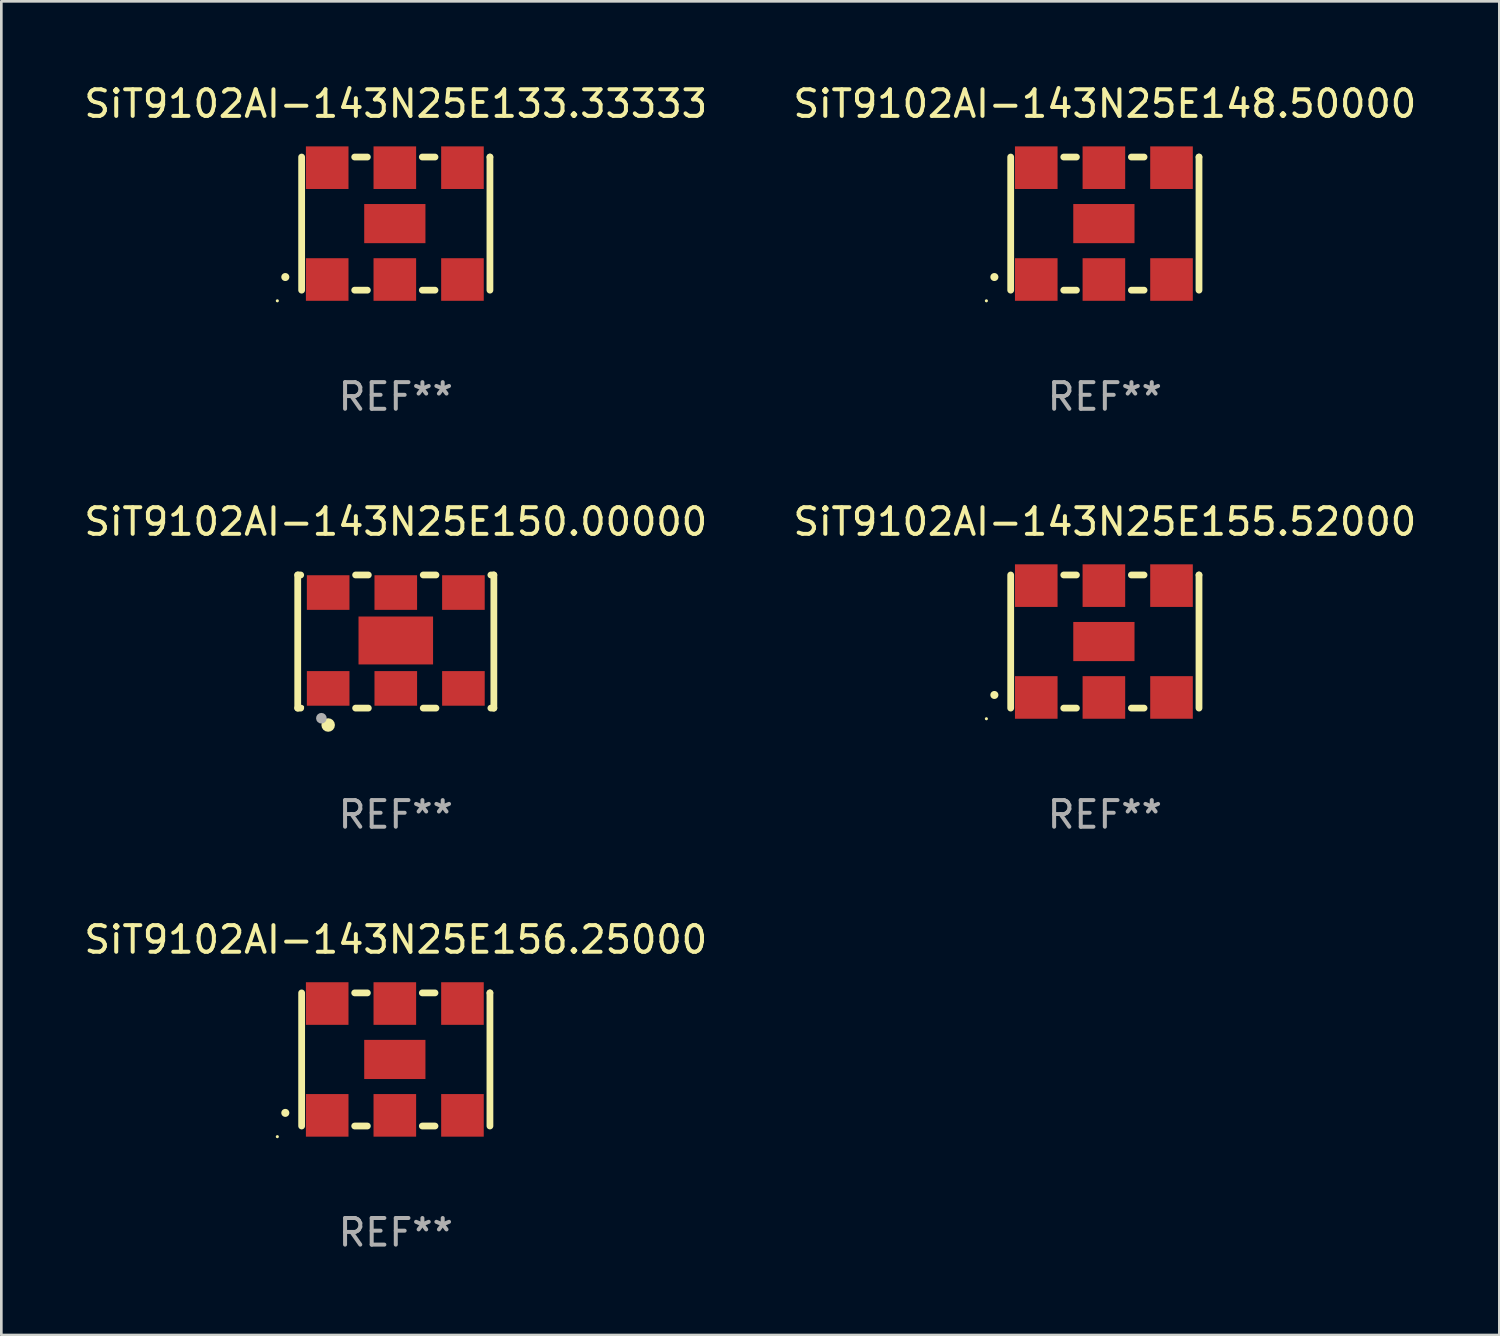
<source format=kicad_pcb>
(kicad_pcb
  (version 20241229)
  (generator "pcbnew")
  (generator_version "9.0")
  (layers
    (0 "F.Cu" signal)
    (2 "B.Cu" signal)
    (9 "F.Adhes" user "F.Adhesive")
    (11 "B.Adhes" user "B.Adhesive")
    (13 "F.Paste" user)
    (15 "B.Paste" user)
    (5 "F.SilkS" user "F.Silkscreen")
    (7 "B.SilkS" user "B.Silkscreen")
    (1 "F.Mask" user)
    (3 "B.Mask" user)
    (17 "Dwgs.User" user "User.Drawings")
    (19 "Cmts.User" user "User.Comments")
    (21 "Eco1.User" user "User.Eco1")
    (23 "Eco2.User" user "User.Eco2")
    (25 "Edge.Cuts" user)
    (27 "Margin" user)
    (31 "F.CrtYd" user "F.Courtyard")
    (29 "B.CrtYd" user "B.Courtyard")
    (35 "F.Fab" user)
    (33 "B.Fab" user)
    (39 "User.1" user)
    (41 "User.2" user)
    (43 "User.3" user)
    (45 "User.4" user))
  (footprint "SiT9102AI-143N25E133.33333"
    (layer "F.Cu")
    (at 11.815 5.348)
    (property "Reference" "SiT9102AI-143N25E133.33333" (at 0 -4.5 0) (layer "F.SilkS") (effects (font (size 1 1) (thickness 0.15))))
    (attr through_hole)
    (fp_line (start -3.536 -2.5) (end -3.536 2.5) (stroke (width 0.254) (type solid)) (layer "F.SilkS"))
    (fp_line (start -1.544 2.5) (end -1.067 2.5) (stroke (width 0.254) (type solid)) (layer "F.SilkS"))
    (fp_line (start -1.067 -2.5) (end -1.544 -2.5) (stroke (width 0.254) (type solid)) (layer "F.SilkS"))
    (fp_line (start 0.996 2.5) (end 1.473 2.5) (stroke (width 0.254) (type solid)) (layer "F.SilkS"))
    (fp_line (start 1.473 -2.5) (end 0.996 -2.5) (stroke (width 0.254) (type solid)) (layer "F.SilkS"))
    (fp_line (start 3.536 -2.5) (end 3.536 -2.5) (stroke (width 0.254) (type solid)) (layer "F.SilkS"))
    (fp_line (start 3.536 2.5) (end 3.536 -2.5) (stroke (width 0.254) (type solid)) (layer "F.SilkS"))
    (fp_arc (start -4.150432 2.006604) (mid -4.149162 2.006599) (end -4.147892 2.006604) (stroke (width 0.3) (type solid)) (layer "F.SilkS"))
    (fp_circle (center -4.449 2.9) (end -4.419 2.9) (stroke (width 0.06) (type solid)) (fill no) (layer "F.SilkS"))
    (fp_text user "REF**" (at 0 6.5 0) (layer "F.Fab") (effects (font (size 1 1) (thickness 0.15))))
    (pad "1" smd rect (at -2.576 2.1) (size 1.6 1.6) (layers "F.Cu" "F.Mask" "F.Paste"))
    (pad "2" smd rect (at -0.036 2.1) (size 1.6 1.6) (layers "F.Cu" "F.Mask" "F.Paste"))
    (pad "3" smd rect (at 2.504 2.1) (size 1.6 1.6) (layers "F.Cu" "F.Mask" "F.Paste"))
    (pad "4" smd rect (at 2.504 -2.1) (size 1.6 1.6) (layers "F.Cu" "F.Mask" "F.Paste"))
    (pad "5" smd rect (at -0.036 -2.1) (size 1.6 1.6) (layers "F.Cu" "F.Mask" "F.Paste"))
    (pad "6" smd rect (at -2.576 -2.1) (size 1.6 1.6) (layers "F.Cu" "F.Mask" "F.Paste"))
    (pad "7" smd rect (at -0.036 0) (size 2.3 1.47) (layers "F.Cu" "F.Mask" "F.Paste")))
  (footprint "SiT9102AI-143N25E150.00000"
    (layer "F.Cu")
    (at 11.815 21.045)
    (property "Reference" "SiT9102AI-143N25E150.00000" (at 0 -4.5 0) (layer "F.SilkS") (effects (font (size 1 1) (thickness 0.15))))
    (attr through_hole)
    (fp_line (start -3.683 -2.5) (end -3.571 -2.5) (stroke (width 0.254) (type solid)) (layer "F.SilkS"))
    (fp_line (start -3.683 2.5) (end -3.683 -2.5) (stroke (width 0.254) (type solid)) (layer "F.SilkS"))
    (fp_line (start -3.683 2.5) (end -3.571 2.5) (stroke (width 0.254) (type solid)) (layer "F.SilkS"))
    (fp_line (start -1.509 -2.5) (end -1.031 -2.5) (stroke (width 0.254) (type solid)) (layer "F.SilkS"))
    (fp_line (start -1.509 2.5) (end -1.031 2.5) (stroke (width 0.254) (type solid)) (layer "F.SilkS"))
    (fp_line (start 1.031 -2.5) (end 1.509 -2.5) (stroke (width 0.254) (type solid)) (layer "F.SilkS"))
    (fp_line (start 1.031 2.5) (end 1.509 2.5) (stroke (width 0.254) (type solid)) (layer "F.SilkS"))
    (fp_line (start 3.571 -2.5) (end 3.683 -2.5) (stroke (width 0.254) (type solid)) (layer "F.SilkS"))
    (fp_line (start 3.571 2.5) (end 3.683 2.5) (stroke (width 0.254) (type solid)) (layer "F.SilkS"))
    (fp_line (start 3.683 2.5) (end 3.683 -2.5) (stroke (width 0.254) (type solid)) (layer "F.SilkS"))
    (fp_circle (center -3.5 2.46) (end -3.47 2.46) (stroke (width 0.06) (type solid)) (fill no) (layer "F.SilkS"))
    (fp_circle (center -2.54 3.135) (end -2.413 3.135) (stroke (width 0.254) (type solid)) (fill no) (layer "F.SilkS"))
    (fp_circle (center -2.794 2.881) (end -2.694 2.881) (stroke (width 0.2) (type solid)) (fill no) (layer "F.Fab"))
    (fp_text user "REF**" (at 0 6.5 0) (layer "F.Fab") (effects (font (size 1 1) (thickness 0.15))))
    (pad "1" smd rect (at -2.54 1.76) (size 1.6 1.3) (layers "F.Cu" "F.Mask" "F.Paste"))
    (pad "2" smd rect (at 0 1.76) (size 1.6 1.3) (layers "F.Cu" "F.Mask" "F.Paste"))
    (pad "3" smd rect (at 2.54 1.76) (size 1.6 1.3) (layers "F.Cu" "F.Mask" "F.Paste"))
    (pad "4" smd rect (at 2.54 -1.84) (size 1.6 1.3) (layers "F.Cu" "F.Mask" "F.Paste"))
    (pad "5" smd rect (at 0 -1.84) (size 1.6 1.3) (layers "F.Cu" "F.Mask" "F.Paste"))
    (pad "6" smd rect (at -2.54 -1.84) (size 1.6 1.3) (layers "F.Cu" "F.Mask" "F.Paste"))
    (pad "7" smd rect (at 0 -0.04) (size 2.8 1.8) (layers "F.Cu" "F.Mask" "F.Paste")))
  (footprint "SiT9102AI-143N25E156.25000"
    (layer "F.Cu")
    (at 11.815 36.741)
    (property "Reference" "SiT9102AI-143N25E156.25000" (at 0 -4.5 0) (layer "F.SilkS") (effects (font (size 1 1) (thickness 0.15))))
    (attr through_hole)
    (fp_line (start -3.536 -2.5) (end -3.536 2.5) (stroke (width 0.254) (type solid)) (layer "F.SilkS"))
    (fp_line (start -1.544 2.5) (end -1.067 2.5) (stroke (width 0.254) (type solid)) (layer "F.SilkS"))
    (fp_line (start -1.067 -2.5) (end -1.544 -2.5) (stroke (width 0.254) (type solid)) (layer "F.SilkS"))
    (fp_line (start 0.996 2.5) (end 1.473 2.5) (stroke (width 0.254) (type solid)) (layer "F.SilkS"))
    (fp_line (start 1.473 -2.5) (end 0.996 -2.5) (stroke (width 0.254) (type solid)) (layer "F.SilkS"))
    (fp_line (start 3.536 -2.5) (end 3.536 -2.5) (stroke (width 0.254) (type solid)) (layer "F.SilkS"))
    (fp_line (start 3.536 2.5) (end 3.536 -2.5) (stroke (width 0.254) (type solid)) (layer "F.SilkS"))
    (fp_arc (start -4.150432 2.006604) (mid -4.149162 2.006599) (end -4.147892 2.006604) (stroke (width 0.3) (type solid)) (layer "F.SilkS"))
    (fp_circle (center -4.449 2.9) (end -4.419 2.9) (stroke (width 0.06) (type solid)) (fill no) (layer "F.SilkS"))
    (fp_text user "REF**" (at 0 6.5 0) (layer "F.Fab") (effects (font (size 1 1) (thickness 0.15))))
    (pad "1" smd rect (at -2.576 2.1) (size 1.6 1.6) (layers "F.Cu" "F.Mask" "F.Paste"))
    (pad "2" smd rect (at -0.036 2.1) (size 1.6 1.6) (layers "F.Cu" "F.Mask" "F.Paste"))
    (pad "3" smd rect (at 2.504 2.1) (size 1.6 1.6) (layers "F.Cu" "F.Mask" "F.Paste"))
    (pad "4" smd rect (at 2.504 -2.1) (size 1.6 1.6) (layers "F.Cu" "F.Mask" "F.Paste"))
    (pad "5" smd rect (at -0.036 -2.1) (size 1.6 1.6) (layers "F.Cu" "F.Mask" "F.Paste"))
    (pad "6" smd rect (at -2.576 -2.1) (size 1.6 1.6) (layers "F.Cu" "F.Mask" "F.Paste"))
    (pad "7" smd rect (at -0.036 0) (size 2.3 1.47) (layers "F.Cu" "F.Mask" "F.Paste")))
  (footprint "SiT9102AI-143N25E148.50000"
    (layer "F.Cu")
    (at 38.446 5.348)
    (property "Reference" "SiT9102AI-143N25E148.50000" (at 0 -4.5 0) (layer "F.SilkS") (effects (font (size 1 1) (thickness 0.15))))
    (attr through_hole)
    (fp_line (start -3.536 -2.5) (end -3.536 2.5) (stroke (width 0.254) (type solid)) (layer "F.SilkS"))
    (fp_line (start -1.544 2.5) (end -1.067 2.5) (stroke (width 0.254) (type solid)) (layer "F.SilkS"))
    (fp_line (start -1.067 -2.5) (end -1.544 -2.5) (stroke (width 0.254) (type solid)) (layer "F.SilkS"))
    (fp_line (start 0.996 2.5) (end 1.473 2.5) (stroke (width 0.254) (type solid)) (layer "F.SilkS"))
    (fp_line (start 1.473 -2.5) (end 0.996 -2.5) (stroke (width 0.254) (type solid)) (layer "F.SilkS"))
    (fp_line (start 3.536 -2.5) (end 3.536 -2.5) (stroke (width 0.254) (type solid)) (layer "F.SilkS"))
    (fp_line (start 3.536 2.5) (end 3.536 -2.5) (stroke (width 0.254) (type solid)) (layer "F.SilkS"))
    (fp_arc (start -4.150432 2.006604) (mid -4.149162 2.006599) (end -4.147892 2.006604) (stroke (width 0.3) (type solid)) (layer "F.SilkS"))
    (fp_circle (center -4.449 2.9) (end -4.419 2.9) (stroke (width 0.06) (type solid)) (fill no) (layer "F.SilkS"))
    (fp_text user "REF**" (at 0 6.5 0) (layer "F.Fab") (effects (font (size 1 1) (thickness 0.15))))
    (pad "1" smd rect (at -2.576 2.1) (size 1.6 1.6) (layers "F.Cu" "F.Mask" "F.Paste"))
    (pad "2" smd rect (at -0.036 2.1) (size 1.6 1.6) (layers "F.Cu" "F.Mask" "F.Paste"))
    (pad "3" smd rect (at 2.504 2.1) (size 1.6 1.6) (layers "F.Cu" "F.Mask" "F.Paste"))
    (pad "4" smd rect (at 2.504 -2.1) (size 1.6 1.6) (layers "F.Cu" "F.Mask" "F.Paste"))
    (pad "5" smd rect (at -0.036 -2.1) (size 1.6 1.6) (layers "F.Cu" "F.Mask" "F.Paste"))
    (pad "6" smd rect (at -2.576 -2.1) (size 1.6 1.6) (layers "F.Cu" "F.Mask" "F.Paste"))
    (pad "7" smd rect (at -0.036 0) (size 2.3 1.47) (layers "F.Cu" "F.Mask" "F.Paste")))
  (footprint "SiT9102AI-143N25E155.52000"
    (layer "F.Cu")
    (at 38.446 21.045)
    (property "Reference" "SiT9102AI-143N25E155.52000" (at 0 -4.5 0) (layer "F.SilkS") (effects (font (size 1 1) (thickness 0.15))))
    (attr through_hole)
    (fp_line (start -3.536 -2.5) (end -3.536 2.5) (stroke (width 0.254) (type solid)) (layer "F.SilkS"))
    (fp_line (start -1.544 2.5) (end -1.067 2.5) (stroke (width 0.254) (type solid)) (layer "F.SilkS"))
    (fp_line (start -1.067 -2.5) (end -1.544 -2.5) (stroke (width 0.254) (type solid)) (layer "F.SilkS"))
    (fp_line (start 0.996 2.5) (end 1.473 2.5) (stroke (width 0.254) (type solid)) (layer "F.SilkS"))
    (fp_line (start 1.473 -2.5) (end 0.996 -2.5) (stroke (width 0.254) (type solid)) (layer "F.SilkS"))
    (fp_line (start 3.536 -2.5) (end 3.536 -2.5) (stroke (width 0.254) (type solid)) (layer "F.SilkS"))
    (fp_line (start 3.536 2.5) (end 3.536 -2.5) (stroke (width 0.254) (type solid)) (layer "F.SilkS"))
    (fp_arc (start -4.150432 2.006604) (mid -4.149162 2.006599) (end -4.147892 2.006604) (stroke (width 0.3) (type solid)) (layer "F.SilkS"))
    (fp_circle (center -4.449 2.9) (end -4.419 2.9) (stroke (width 0.06) (type solid)) (fill no) (layer "F.SilkS"))
    (fp_text user "REF**" (at 0 6.5 0) (layer "F.Fab") (effects (font (size 1 1) (thickness 0.15))))
    (pad "1" smd rect (at -2.576 2.1) (size 1.6 1.6) (layers "F.Cu" "F.Mask" "F.Paste"))
    (pad "2" smd rect (at -0.036 2.1) (size 1.6 1.6) (layers "F.Cu" "F.Mask" "F.Paste"))
    (pad "3" smd rect (at 2.504 2.1) (size 1.6 1.6) (layers "F.Cu" "F.Mask" "F.Paste"))
    (pad "4" smd rect (at 2.504 -2.1) (size 1.6 1.6) (layers "F.Cu" "F.Mask" "F.Paste"))
    (pad "5" smd rect (at -0.036 -2.1) (size 1.6 1.6) (layers "F.Cu" "F.Mask" "F.Paste"))
    (pad "6" smd rect (at -2.576 -2.1) (size 1.6 1.6) (layers "F.Cu" "F.Mask" "F.Paste"))
    (pad "7" smd rect (at -0.036 0) (size 2.3 1.47) (layers "F.Cu" "F.Mask" "F.Paste")))
  (gr_rect
    (start -3 -3)
    (end 53.262 47.09)
    (stroke (width 0.1) (type default))
    (fill no)
    (layer "Edge.Cuts")))
</source>
